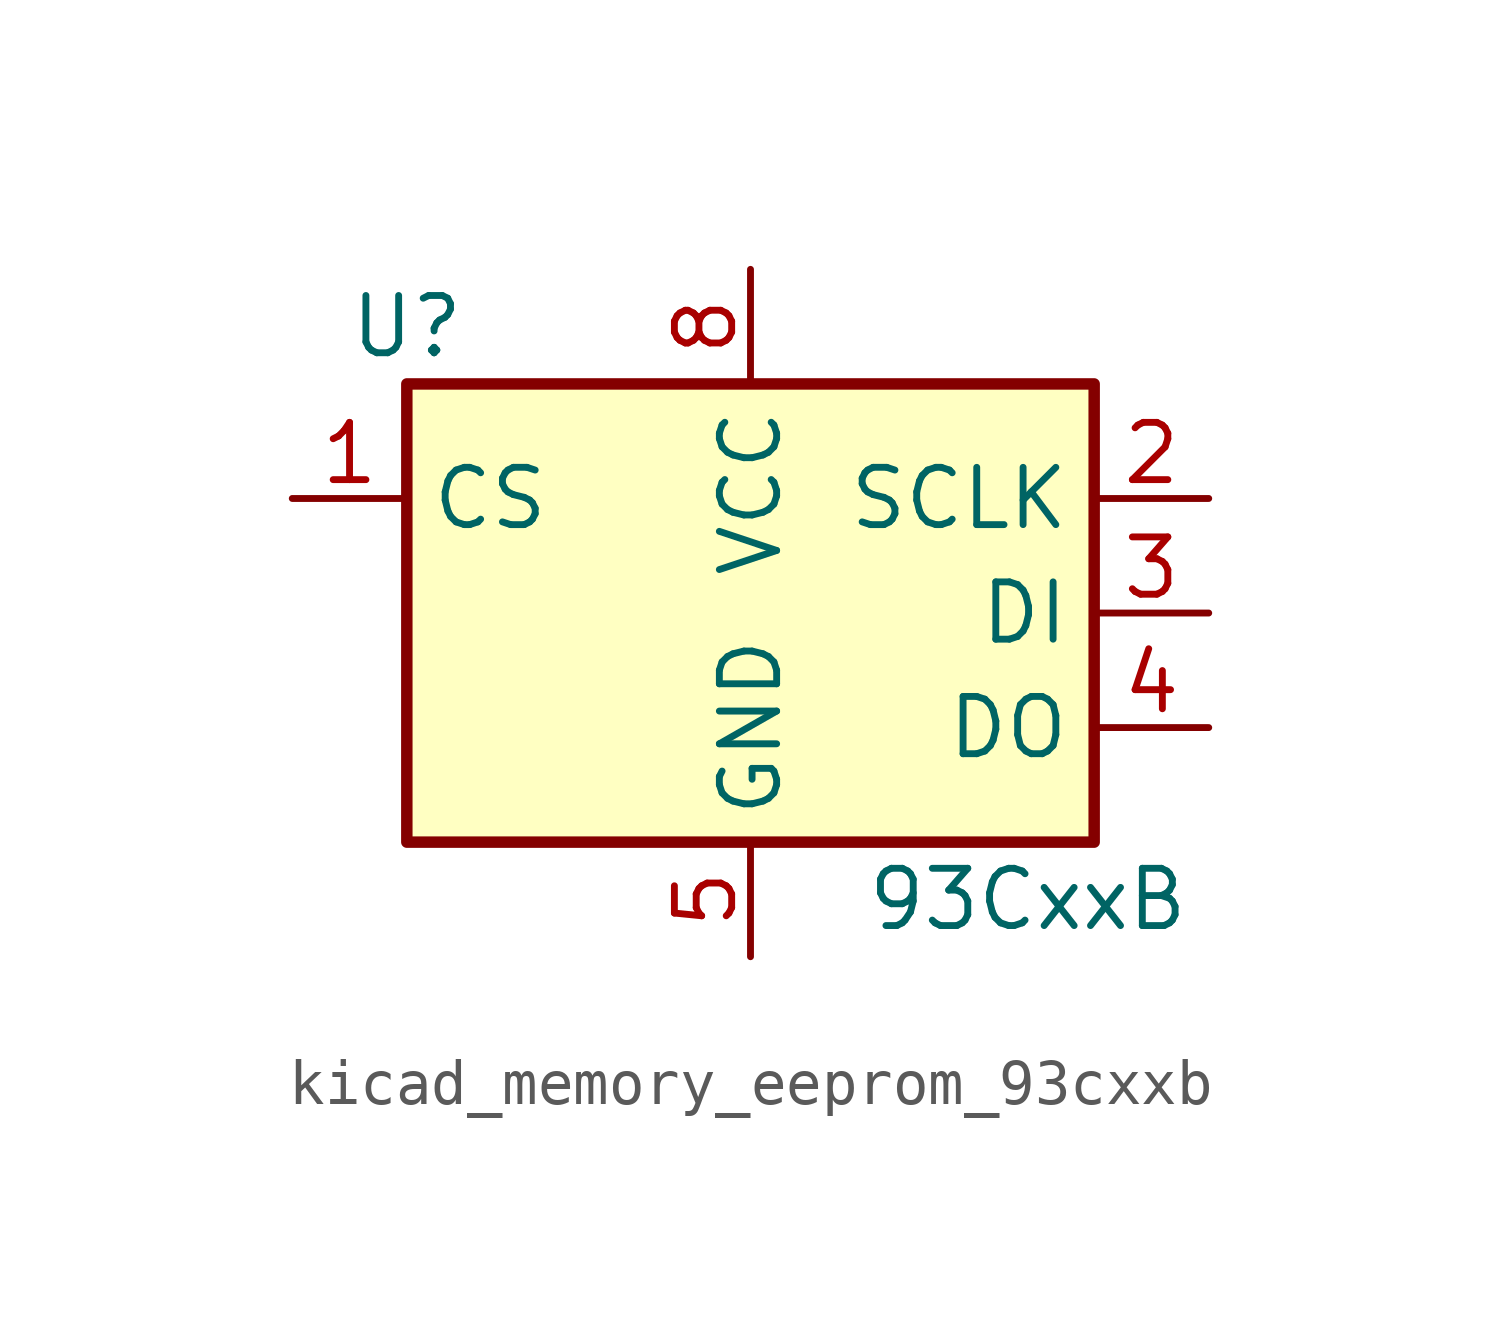
<source format=kicad_sym>
(kicad_symbol_lib
  (version 20220914)
  (generator kicad_symbol_editor)
  (symbol "kicad_memory_eeprom_93cxxb"
    (property "Reference" "U"
      (at -7.62 6.35 0)
      (effects (font (size 1.27 1.27))))
    (property "Value" "93CxxB"
      (at 2.54 -6.35 0)
      (effects (font (size 1.27 1.27)) (justify left)))
    (symbol "kicad_memory_eeprom_93cxxb_1_1"
      (rectangle (start -7.62 5.08) (end 7.62 -5.08) (stroke (width 0.254) (type default)) (fill (type background)))
      (pin input line (at -10.16 2.54 0) (length 2.54) (name "CS" (effects (font (size 1.27 1.27)))) (number "1" (effects (font (size 1.27 1.27)))))
      (pin input line (at 10.16 2.54 180) (length 2.54) (name "SCLK" (effects (font (size 1.27 1.27)))) (number "2" (effects (font (size 1.27 1.27)))))
      (pin input line (at 10.16 0 180) (length 2.54) (name "DI" (effects (font (size 1.27 1.27)))) (number "3" (effects (font (size 1.27 1.27)))))
      (pin tri_state line (at 10.16 -2.54 180) (length 2.54) (name "DO" (effects (font (size 1.27 1.27)))) (number "4" (effects (font (size 1.27 1.27)))))
      (pin power_in line (at 0 -7.62 90) (length 2.54) (name "GND" (effects (font (size 1.27 1.27)))) (number "5" (effects (font (size 1.27 1.27)))))
      (pin no_connect line (at -7.62 0 0) (length 2.54) hide (name "NC" (effects (font (size 1.27 1.27)))) (number "6" (effects (font (size 1.27 1.27)))))
      (pin no_connect line (at -7.62 -2.54 0) (length 2.54) hide (name "NC" (effects (font (size 1.27 1.27)))) (number "7" (effects (font (size 1.27 1.27)))))
      (pin power_in line (at 0 7.62 270) (length 2.54) (name "VCC" (effects (font (size 1.27 1.27)))) (number "8" (effects (font (size 1.27 1.27))))))))
</source>
